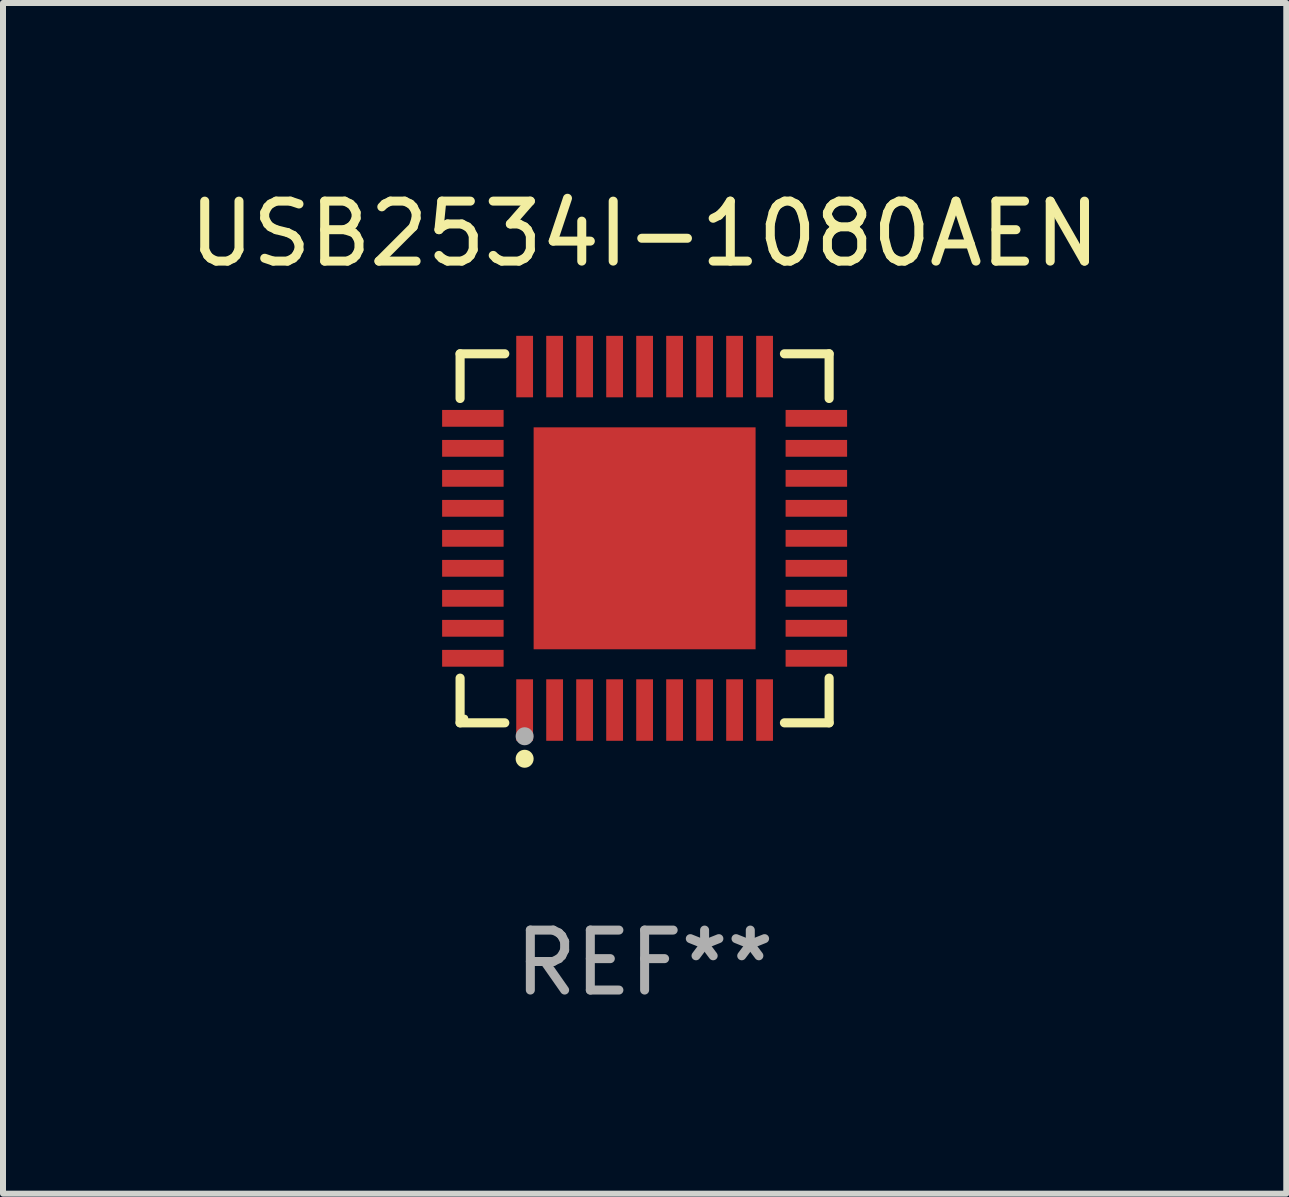
<source format=kicad_pcb>
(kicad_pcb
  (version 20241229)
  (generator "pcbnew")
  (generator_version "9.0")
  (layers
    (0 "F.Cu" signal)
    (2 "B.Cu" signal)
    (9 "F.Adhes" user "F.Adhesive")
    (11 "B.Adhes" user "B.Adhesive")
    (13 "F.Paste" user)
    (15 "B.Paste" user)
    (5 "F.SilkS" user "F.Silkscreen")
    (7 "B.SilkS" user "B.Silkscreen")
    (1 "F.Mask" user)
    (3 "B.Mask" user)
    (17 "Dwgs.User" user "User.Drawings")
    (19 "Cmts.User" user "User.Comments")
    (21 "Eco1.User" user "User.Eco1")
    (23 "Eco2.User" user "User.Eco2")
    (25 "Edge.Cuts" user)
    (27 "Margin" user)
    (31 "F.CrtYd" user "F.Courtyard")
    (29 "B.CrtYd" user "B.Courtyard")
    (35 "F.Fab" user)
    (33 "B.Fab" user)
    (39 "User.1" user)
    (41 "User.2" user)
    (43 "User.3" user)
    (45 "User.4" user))
  (footprint "USB2534I-1080AEN"
    (layer "F.Cu")
    (at 7.696 5.924)
    (property "Reference" "USB2534I-1080AEN" (at 0 -5.076 0) (layer "F.SilkS") (effects (font (size 1 1) (thickness 0.15))))
    (attr through_hole)
    (fp_line (start -3.076 -3.076) (end -2.331 -3.076) (stroke (width 0.152) (type solid)) (layer "F.SilkS"))
    (fp_line (start -3.076 -2.331) (end -3.076 -3.076) (stroke (width 0.152) (type solid)) (layer "F.SilkS"))
    (fp_line (start -3.076 2.331) (end -3.076 3.076) (stroke (width 0.152) (type solid)) (layer "F.SilkS"))
    (fp_line (start -3.076 3.076) (end -2.331 3.076) (stroke (width 0.152) (type solid)) (layer "F.SilkS"))
    (fp_line (start 3.076 -3.076) (end 2.331 -3.076) (stroke (width 0.152) (type solid)) (layer "F.SilkS"))
    (fp_line (start 3.076 -2.331) (end 3.076 -3.076) (stroke (width 0.152) (type solid)) (layer "F.SilkS"))
    (fp_line (start 3.076 2.331) (end 3.076 3.076) (stroke (width 0.152) (type solid)) (layer "F.SilkS"))
    (fp_line (start 3.076 3.076) (end 2.331 3.076) (stroke (width 0.152) (type solid)) (layer "F.SilkS"))
    (fp_circle (center -3 3) (end -2.97 3) (stroke (width 0.06) (type solid)) (fill no) (layer "F.SilkS"))
    (fp_circle (center -2 3.675) (end -1.925 3.675) (stroke (width 0.15) (type solid)) (fill no) (layer "F.SilkS"))
    (fp_circle (center -2 3.3) (end -1.925 3.3) (stroke (width 0.15) (type solid)) (fill no) (layer "F.Fab"))
    (fp_text user "REF**" (at 0 7.076 0) (layer "F.Fab") (effects (font (size 1 1) (thickness 0.15))))
    (pad "1" smd rect (at -2 2.863) (size 0.28 1.025) (layers "F.Cu" "F.Mask" "F.Paste"))
    (pad "2" smd rect (at -1.5 2.863) (size 0.28 1.025) (layers "F.Cu" "F.Mask" "F.Paste"))
    (pad "3" smd rect (at -1 2.863) (size 0.28 1.025) (layers "F.Cu" "F.Mask" "F.Paste"))
    (pad "4" smd rect (at -0.5 2.863) (size 0.28 1.025) (layers "F.Cu" "F.Mask" "F.Paste"))
    (pad "5" smd rect (at 0 2.863) (size 0.28 1.025) (layers "F.Cu" "F.Mask" "F.Paste"))
    (pad "6" smd rect (at 0.5 2.863) (size 0.28 1.025) (layers "F.Cu" "F.Mask" "F.Paste"))
    (pad "7" smd rect (at 1 2.863) (size 0.28 1.025) (layers "F.Cu" "F.Mask" "F.Paste"))
    (pad "8" smd rect (at 1.5 2.863) (size 0.28 1.025) (layers "F.Cu" "F.Mask" "F.Paste"))
    (pad "9" smd rect (at 2 2.863) (size 0.28 1.025) (layers "F.Cu" "F.Mask" "F.Paste"))
    (pad "10" smd rect (at 2.863 2) (size 1.025 0.28) (layers "F.Cu" "F.Mask" "F.Paste"))
    (pad "11" smd rect (at 2.863 1.5) (size 1.025 0.28) (layers "F.Cu" "F.Mask" "F.Paste"))
    (pad "12" smd rect (at 2.863 1) (size 1.025 0.28) (layers "F.Cu" "F.Mask" "F.Paste"))
    (pad "13" smd rect (at 2.863 0.5) (size 1.025 0.28) (layers "F.Cu" "F.Mask" "F.Paste"))
    (pad "14" smd rect (at 2.863 0) (size 1.025 0.28) (layers "F.Cu" "F.Mask" "F.Paste"))
    (pad "15" smd rect (at 2.863 -0.5) (size 1.025 0.28) (layers "F.Cu" "F.Mask" "F.Paste"))
    (pad "16" smd rect (at 2.863 -1) (size 1.025 0.28) (layers "F.Cu" "F.Mask" "F.Paste"))
    (pad "17" smd rect (at 2.863 -1.5) (size 1.025 0.28) (layers "F.Cu" "F.Mask" "F.Paste"))
    (pad "18" smd rect (at 2.863 -2) (size 1.025 0.28) (layers "F.Cu" "F.Mask" "F.Paste"))
    (pad "19" smd rect (at 2 -2.863) (size 0.28 1.025) (layers "F.Cu" "F.Mask" "F.Paste"))
    (pad "20" smd rect (at 1.5 -2.863) (size 0.28 1.025) (layers "F.Cu" "F.Mask" "F.Paste"))
    (pad "21" smd rect (at 1 -2.863) (size 0.28 1.025) (layers "F.Cu" "F.Mask" "F.Paste"))
    (pad "22" smd rect (at 0.5 -2.863) (size 0.28 1.025) (layers "F.Cu" "F.Mask" "F.Paste"))
    (pad "23" smd rect (at 0 -2.863) (size 0.28 1.025) (layers "F.Cu" "F.Mask" "F.Paste"))
    (pad "24" smd rect (at -0.5 -2.863) (size 0.28 1.025) (layers "F.Cu" "F.Mask" "F.Paste"))
    (pad "25" smd rect (at -1 -2.863) (size 0.28 1.025) (layers "F.Cu" "F.Mask" "F.Paste"))
    (pad "26" smd rect (at -1.5 -2.863) (size 0.28 1.025) (layers "F.Cu" "F.Mask" "F.Paste"))
    (pad "27" smd rect (at -2 -2.863) (size 0.28 1.025) (layers "F.Cu" "F.Mask" "F.Paste"))
    (pad "28" smd rect (at -2.863 -2) (size 1.025 0.28) (layers "F.Cu" "F.Mask" "F.Paste"))
    (pad "29" smd rect (at -2.863 -1.5) (size 1.025 0.28) (layers "F.Cu" "F.Mask" "F.Paste"))
    (pad "30" smd rect (at -2.863 -1) (size 1.025 0.28) (layers "F.Cu" "F.Mask" "F.Paste"))
    (pad "31" smd rect (at -2.863 -0.5) (size 1.025 0.28) (layers "F.Cu" "F.Mask" "F.Paste"))
    (pad "32" smd rect (at -2.863 0) (size 1.025 0.28) (layers "F.Cu" "F.Mask" "F.Paste"))
    (pad "33" smd rect (at -2.863 0.5) (size 1.025 0.28) (layers "F.Cu" "F.Mask" "F.Paste"))
    (pad "34" smd rect (at -2.863 1) (size 1.025 0.28) (layers "F.Cu" "F.Mask" "F.Paste"))
    (pad "35" smd rect (at -2.863 1.5) (size 1.025 0.28) (layers "F.Cu" "F.Mask" "F.Paste"))
    (pad "36" smd rect (at -2.863 2) (size 1.025 0.28) (layers "F.Cu" "F.Mask" "F.Paste"))
    (pad "37" smd rect (at 0 0) (size 3.7 3.7) (layers "F.Cu" "F.Mask" "F.Paste")))
  (gr_rect
    (start -3 -3)
    (end 18.393 16.849)
    (stroke (width 0.1) (type default))
    (fill no)
    (layer "Edge.Cuts")))
</source>
